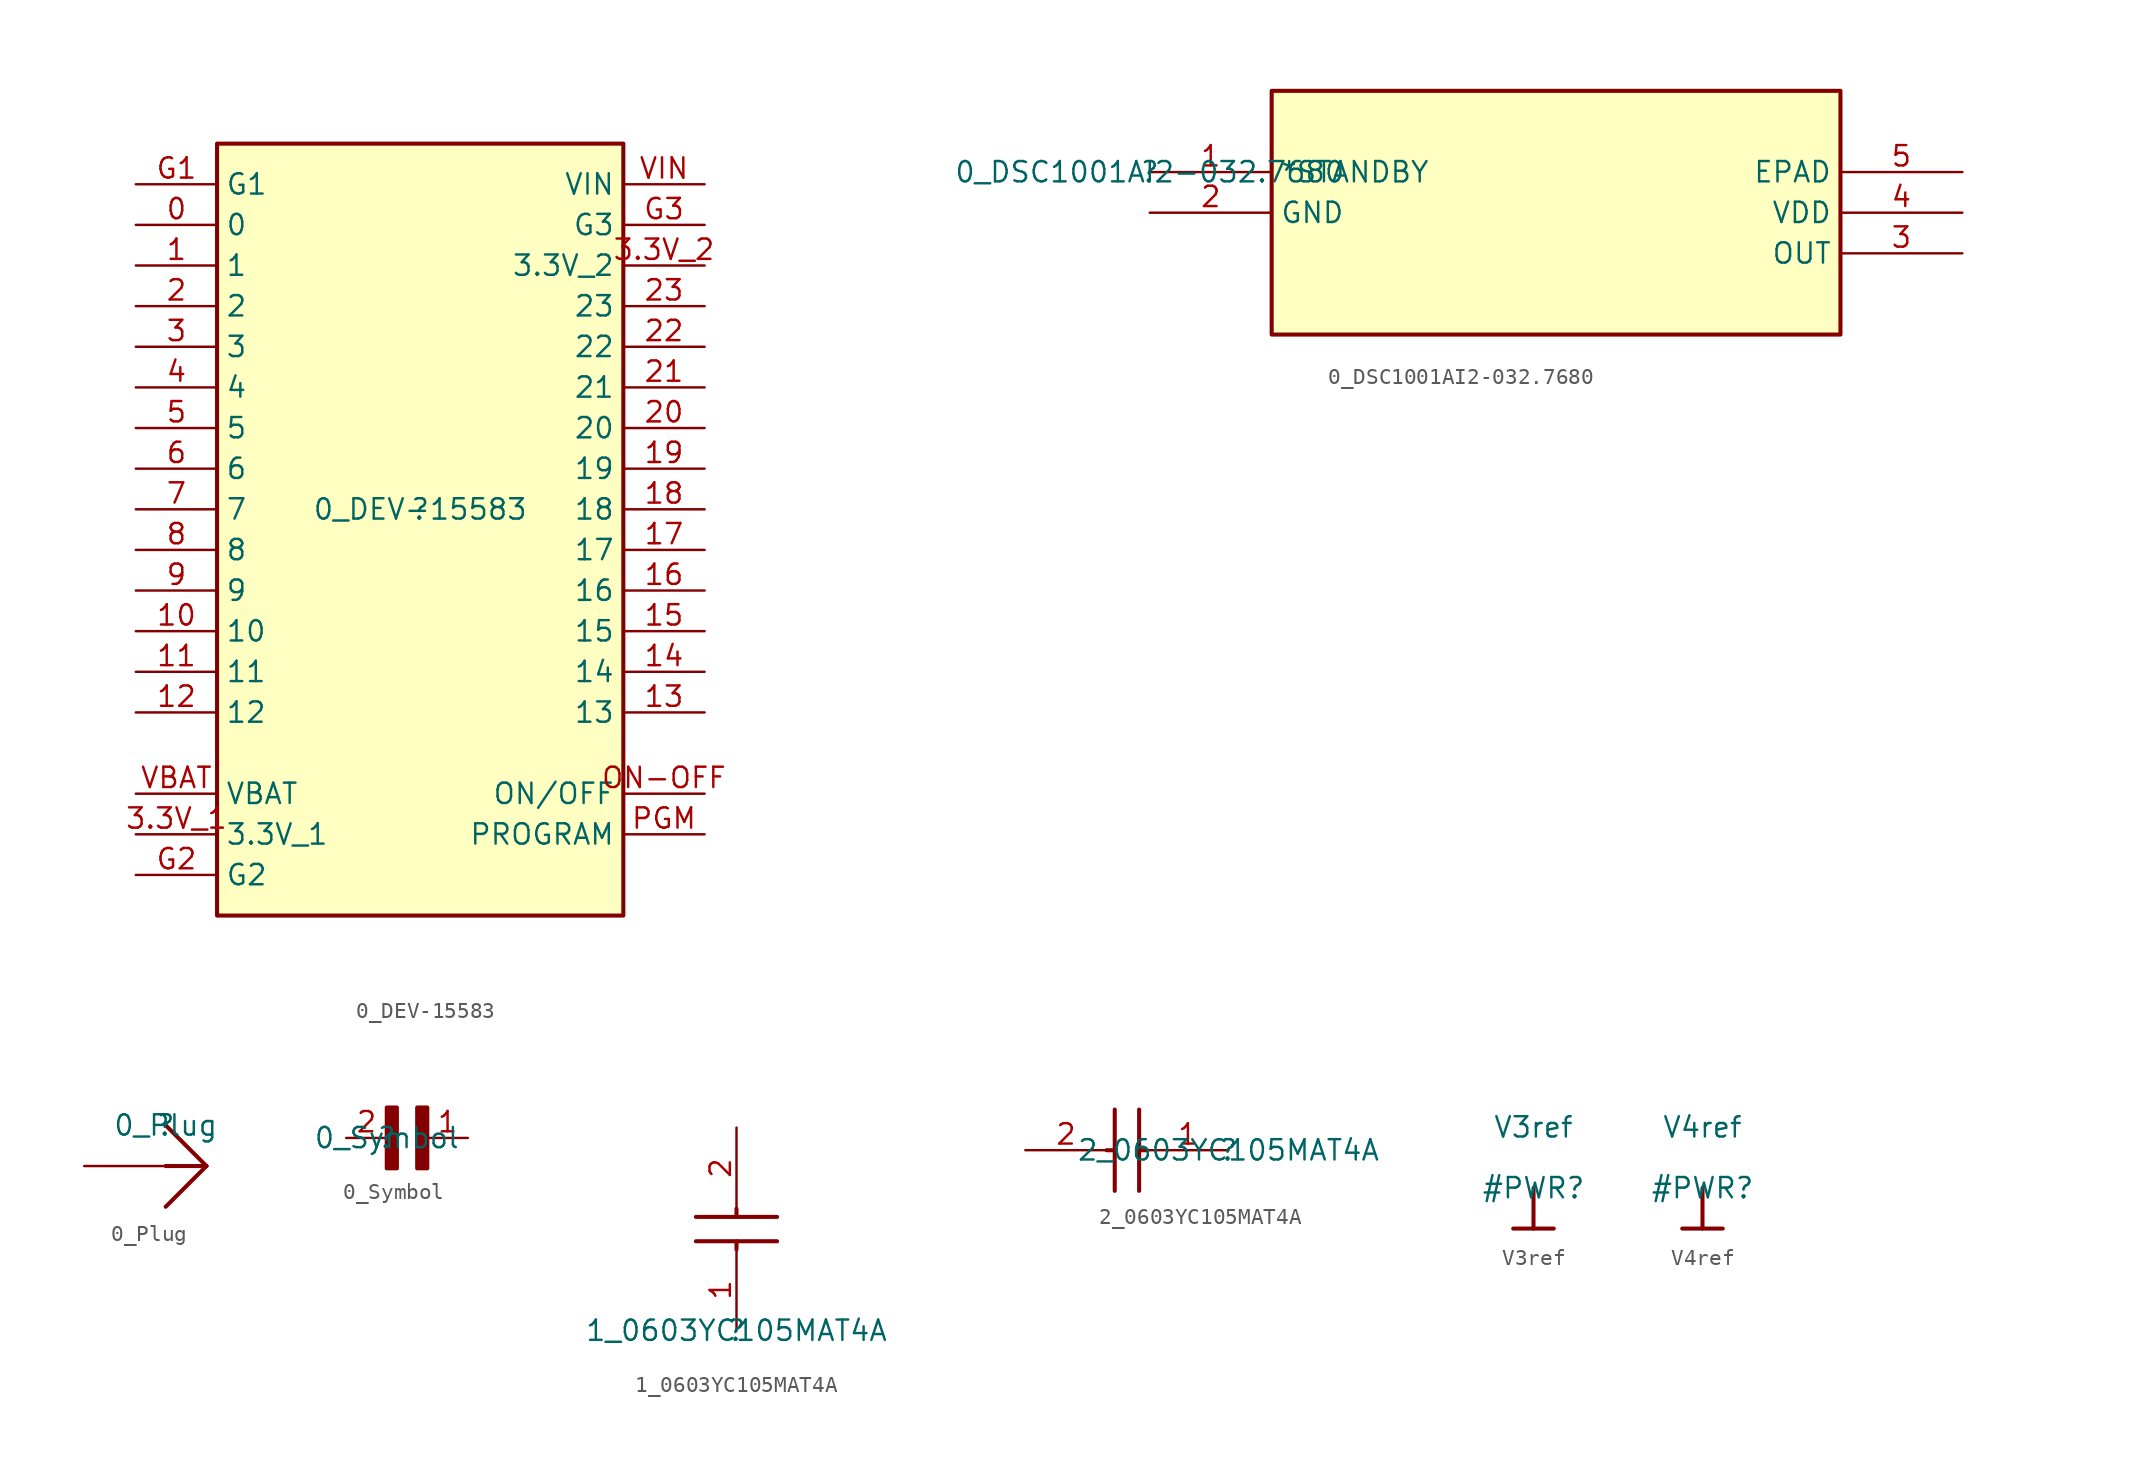
<source format=kicad_sym>
(kicad_symbol_lib
  (version 20211014)
  (generator kicad_symbol_editor)
  (symbol "0_DEV-15583"
    (property "Reference" ""
      (at 0 0 0)
      (effects (font (size 1.27 1.27))))
    (property "Value" "0_DEV-15583"
      (at 0 0 0)
      (effects (font (size 1.27 1.27))))
    (symbol "0_DEV-15583_1_0"
      (rectangle (start 12.7 22.86) (end -12.7 -25.4) (stroke (width 0.254) (type default) (color 0 0 0 0)) (fill (type background)))
      (pin bidirectional line (at -17.78 17.78 0) (length 5.08) (name "0" (effects (font (size 1.27 1.27)))) (number "0" (effects (font (size 1.27 1.27)))))
      (pin bidirectional line (at -17.78 15.24 0) (length 5.08) (name "1" (effects (font (size 1.27 1.27)))) (number "1" (effects (font (size 1.27 1.27)))))
      (pin bidirectional line (at -17.78 -7.62 0) (length 5.08) (name "10" (effects (font (size 1.27 1.27)))) (number "10" (effects (font (size 1.27 1.27)))))
      (pin bidirectional line (at -17.78 -10.16 0) (length 5.08) (name "11" (effects (font (size 1.27 1.27)))) (number "11" (effects (font (size 1.27 1.27)))))
      (pin bidirectional line (at -17.78 -12.7 0) (length 5.08) (name "12" (effects (font (size 1.27 1.27)))) (number "12" (effects (font (size 1.27 1.27)))))
      (pin bidirectional line (at 17.78 -12.7 180) (length 5.08) (name "13" (effects (font (size 1.27 1.27)))) (number "13" (effects (font (size 1.27 1.27)))))
      (pin bidirectional line (at 17.78 -10.16 180) (length 5.08) (name "14" (effects (font (size 1.27 1.27)))) (number "14" (effects (font (size 1.27 1.27)))))
      (pin bidirectional line (at 17.78 -7.62 180) (length 5.08) (name "15" (effects (font (size 1.27 1.27)))) (number "15" (effects (font (size 1.27 1.27)))))
      (pin bidirectional line (at 17.78 -5.08 180) (length 5.08) (name "16" (effects (font (size 1.27 1.27)))) (number "16" (effects (font (size 1.27 1.27)))))
      (pin bidirectional line (at 17.78 -2.54 180) (length 5.08) (name "17" (effects (font (size 1.27 1.27)))) (number "17" (effects (font (size 1.27 1.27)))))
      (pin bidirectional line (at 17.78 0 180) (length 5.08) (name "18" (effects (font (size 1.27 1.27)))) (number "18" (effects (font (size 1.27 1.27)))))
      (pin bidirectional line (at 17.78 2.54 180) (length 5.08) (name "19" (effects (font (size 1.27 1.27)))) (number "19" (effects (font (size 1.27 1.27)))))
      (pin bidirectional line (at -17.78 12.7 0) (length 5.08) (name "2" (effects (font (size 1.27 1.27)))) (number "2" (effects (font (size 1.27 1.27)))))
      (pin bidirectional line (at 17.78 5.08 180) (length 5.08) (name "20" (effects (font (size 1.27 1.27)))) (number "20" (effects (font (size 1.27 1.27)))))
      (pin bidirectional line (at 17.78 7.62 180) (length 5.08) (name "21" (effects (font (size 1.27 1.27)))) (number "21" (effects (font (size 1.27 1.27)))))
      (pin bidirectional line (at 17.78 10.16 180) (length 5.08) (name "22" (effects (font (size 1.27 1.27)))) (number "22" (effects (font (size 1.27 1.27)))))
      (pin bidirectional line (at 17.78 12.7 180) (length 5.08) (name "23" (effects (font (size 1.27 1.27)))) (number "23" (effects (font (size 1.27 1.27)))))
      (pin bidirectional line (at -17.78 10.16 0) (length 5.08) (name "3" (effects (font (size 1.27 1.27)))) (number "3" (effects (font (size 1.27 1.27)))))
      (pin power_in line (at -17.78 -20.32 0) (length 5.08) (name "3.3V_1" (effects (font (size 1.27 1.27)))) (number "3.3V_1" (effects (font (size 1.27 1.27)))))
      (pin power_in line (at 17.78 15.24 180) (length 5.08) (name "3.3V_2" (effects (font (size 1.27 1.27)))) (number "3.3V_2" (effects (font (size 1.27 1.27)))))
      (pin bidirectional line (at -17.78 7.62 0) (length 5.08) (name "4" (effects (font (size 1.27 1.27)))) (number "4" (effects (font (size 1.27 1.27)))))
      (pin bidirectional line (at -17.78 5.08 0) (length 5.08) (name "5" (effects (font (size 1.27 1.27)))) (number "5" (effects (font (size 1.27 1.27)))))
      (pin bidirectional line (at -17.78 2.54 0) (length 5.08) (name "6" (effects (font (size 1.27 1.27)))) (number "6" (effects (font (size 1.27 1.27)))))
      (pin bidirectional line (at -17.78 0 0) (length 5.08) (name "7" (effects (font (size 1.27 1.27)))) (number "7" (effects (font (size 1.27 1.27)))))
      (pin bidirectional line (at -17.78 -2.54 0) (length 5.08) (name "8" (effects (font (size 1.27 1.27)))) (number "8" (effects (font (size 1.27 1.27)))))
      (pin bidirectional line (at -17.78 -5.08 0) (length 5.08) (name "9" (effects (font (size 1.27 1.27)))) (number "9" (effects (font (size 1.27 1.27)))))
      (pin power_in line (at -17.78 20.32 0) (length 5.08) (name "G1" (effects (font (size 1.27 1.27)))) (number "G1" (effects (font (size 1.27 1.27)))))
      (pin power_in line (at -17.78 -22.86 0) (length 5.08) (name "G2" (effects (font (size 1.27 1.27)))) (number "G2" (effects (font (size 1.27 1.27)))))
      (pin power_in line (at 17.78 17.78 180) (length 5.08) (name "G3" (effects (font (size 1.27 1.27)))) (number "G3" (effects (font (size 1.27 1.27)))))
      (pin bidirectional line (at 17.78 -17.78 180) (length 5.08) (name "ON/OFF" (effects (font (size 1.27 1.27)))) (number "ON-OFF" (effects (font (size 1.27 1.27)))))
      (pin bidirectional line (at 17.78 -20.32 180) (length 5.08) (name "PROGRAM" (effects (font (size 1.27 1.27)))) (number "PGM" (effects (font (size 1.27 1.27)))))
      (pin power_in line (at -17.78 -17.78 0) (length 5.08) (name "VBAT" (effects (font (size 1.27 1.27)))) (number "VBAT" (effects (font (size 1.27 1.27)))))
      (pin power_in line (at 17.78 20.32 180) (length 5.08) (name "VIN" (effects (font (size 1.27 1.27)))) (number "VIN" (effects (font (size 1.27 1.27)))))))
  (symbol "0_DSC1001AI2-032.7680"
    (property "Reference" ""
      (at 0 0 0)
      (effects (font (size 1.27 1.27))))
    (property "Value" "0_DSC1001AI2-032.7680"
      (at 0 0 0)
      (effects (font (size 1.27 1.27))))
    (symbol "0_DSC1001AI2-032.7680_1_0"
      (rectangle (start 43.18 5.08) (end 7.62 -10.16) (stroke (width 0.254) (type default) (color 0 0 0 0)) (fill (type background)))
      (pin input line (at 0 0 0) (length 7.62) (name "*STANDBY" (effects (font (size 1.27 1.27)))) (number "1" (effects (font (size 1.27 1.27)))))
      (pin passive line (at 0 -2.54 0) (length 7.62) (name "GND" (effects (font (size 1.27 1.27)))) (number "2" (effects (font (size 1.27 1.27)))))
      (pin output line (at 50.8 -5.08 180) (length 7.62) (name "OUT" (effects (font (size 1.27 1.27)))) (number "3" (effects (font (size 1.27 1.27)))))
      (pin power_in line (at 50.8 -2.54 180) (length 7.62) (name "VDD" (effects (font (size 1.27 1.27)))) (number "4" (effects (font (size 1.27 1.27)))))
      (pin passive line (at 50.8 0 180) (length 7.62) (name "EPAD" (effects (font (size 1.27 1.27)))) (number "5" (effects (font (size 1.27 1.27)))))))
  (symbol "0_Plug"
    (property "Reference" ""
      (at 0 0 0)
      (effects (font (size 1.27 1.27))))
    (property "Value" "0_Plug"
      (at 0 0 0)
      (effects (font (size 1.27 1.27))))
    (symbol "0_Plug_1_0"
      (polyline (pts (xy 0 -2.54) (xy 2.54 -2.54)) (stroke (width 0.254) (type default) (color 0 0 0 0)) (fill (type none)))
      (polyline (pts (xy 0 0) (xy 2.54 -2.54)) (stroke (width 0.254) (type default) (color 0 0 0 0)) (fill (type none)))
      (polyline (pts (xy 2.54 -2.54) (xy 0 -5.08)) (stroke (width 0.254) (type default) (color 0 0 0 0)) (fill (type none)))
      (pin passive line (at -5.08 -2.54 0) (length 5.08) (name "1" (effects (font (size 0 0)))) (number "1" (effects (font (size 0 0)))))))
  (symbol "0_Symbol"
    (property "Reference" ""
      (at 0 0 0)
      (effects (font (size 1.27 1.27))))
    (property "Value" "0_Symbol"
      (at 0 0 0)
      (effects (font (size 1.27 1.27))))
    (symbol "0_Symbol_1_0"
      (rectangle (start 0.635 1.905) (end 0 -1.905) (stroke (width 0.254) (type default) (color 0 0 0 0)) (fill (type outline)))
      (rectangle (start 2.54 1.905) (end 1.905 -1.905) (stroke (width 0.254) (type default) (color 0 0 0 0)) (fill (type outline)))
      (pin passive line (at 5.08 0 180) (length 2.54) (name "1" (effects (font (size 0 0)))) (number "1" (effects (font (size 1.27 1.27)))))
      (pin passive line (at -2.54 0 0) (length 2.54) (name "2" (effects (font (size 0 0)))) (number "2" (effects (font (size 1.27 1.27)))))))
  (symbol "1_0603YC105MAT4A"
    (property "Reference" ""
      (at 0 0 0)
      (effects (font (size 1.27 1.27))))
    (property "Value" "1_0603YC105MAT4A"
      (at 0 0 0)
      (effects (font (size 1.27 1.27))))
    (symbol "1_0603YC105MAT4A_1_0"
      (polyline (pts (xy -2.54 5.588) (xy 2.54 5.588)) (stroke (width 0.254) (type default) (color 0 0 0 0)) (fill (type none)))
      (polyline (pts (xy -2.54 7.112) (xy 2.54 7.112)) (stroke (width 0.254) (type default) (color 0 0 0 0)) (fill (type none)))
      (polyline (pts (xy 0 5.08) (xy 0 5.588)) (stroke (width 0.254) (type default) (color 0 0 0 0)) (fill (type none)))
      (polyline (pts (xy 0 7.112) (xy 0 7.62)) (stroke (width 0.254) (type default) (color 0 0 0 0)) (fill (type none)))
      (pin passive line (at 0 0 90) (length 5.08) (name "1" (effects (font (size 0 0)))) (number "1" (effects (font (size 1.27 1.27)))))
      (pin passive line (at 0 12.7 270) (length 5.08) (name "2" (effects (font (size 0 0)))) (number "2" (effects (font (size 1.27 1.27)))))))
  (symbol "2_0603YC105MAT4A"
    (property "Reference" ""
      (at 0 0 0)
      (effects (font (size 1.27 1.27))))
    (property "Value" "2_0603YC105MAT4A"
      (at 0 0 0)
      (effects (font (size 1.27 1.27))))
    (symbol "2_0603YC105MAT4A_1_0"
      (polyline (pts (xy -7.112 -2.54) (xy -7.112 2.54)) (stroke (width 0.254) (type default) (color 0 0 0 0)) (fill (type none)))
      (polyline (pts (xy -7.112 0) (xy -7.62 0)) (stroke (width 0.254) (type default) (color 0 0 0 0)) (fill (type none)))
      (polyline (pts (xy -5.588 -2.54) (xy -5.588 2.54)) (stroke (width 0.254) (type default) (color 0 0 0 0)) (fill (type none)))
      (polyline (pts (xy -5.08 0) (xy -5.588 0)) (stroke (width 0.254) (type default) (color 0 0 0 0)) (fill (type none)))
      (pin passive line (at 0 0 180) (length 5.08) (name "1" (effects (font (size 0 0)))) (number "1" (effects (font (size 1.27 1.27)))))
      (pin passive line (at -12.7 0 0) (length 5.08) (name "2" (effects (font (size 0 0)))) (number "2" (effects (font (size 1.27 1.27)))))))
  (symbol "V3ref"
    (power)
    (property "Reference" "#PWR"
      (at 0 0 0)
      (effects (font (size 1.27 1.27))))
    (property "Value" "V3ref"
      (at 0 3.81 0)
      (effects (font (size 1.27 1.27))))
    (symbol "V3ref_0_0"
      (polyline (pts (xy -1.27 -2.54) (xy 1.27 -2.54)) (stroke (width 0.254) (type default) (color 0 0 0 0)) (fill (type none)))
      (polyline (pts (xy 0 0) (xy 0 -2.54)) (stroke (width 0.254) (type default) (color 0 0 0 0)) (fill (type none)))
      (pin power_in line (at 0 0 0) (length 0) hide (name "V3ref" (effects (font (size 1.27 1.27)))) (number "" (effects (font (size 1.27 1.27)))))))
  (symbol "V4ref"
    (power)
    (property "Reference" "#PWR"
      (at 0 0 0)
      (effects (font (size 1.27 1.27))))
    (property "Value" "V4ref"
      (at 0 3.81 0)
      (effects (font (size 1.27 1.27))))
    (symbol "V4ref_0_0"
      (polyline (pts (xy -1.27 -2.54) (xy 1.27 -2.54)) (stroke (width 0.254) (type default) (color 0 0 0 0)) (fill (type none)))
      (polyline (pts (xy 0 0) (xy 0 -2.54)) (stroke (width 0.254) (type default) (color 0 0 0 0)) (fill (type none)))
      (pin power_in line (at 0 0 0) (length 0) hide (name "V4ref" (effects (font (size 1.27 1.27)))) (number "" (effects (font (size 1.27 1.27))))))))
</source>
